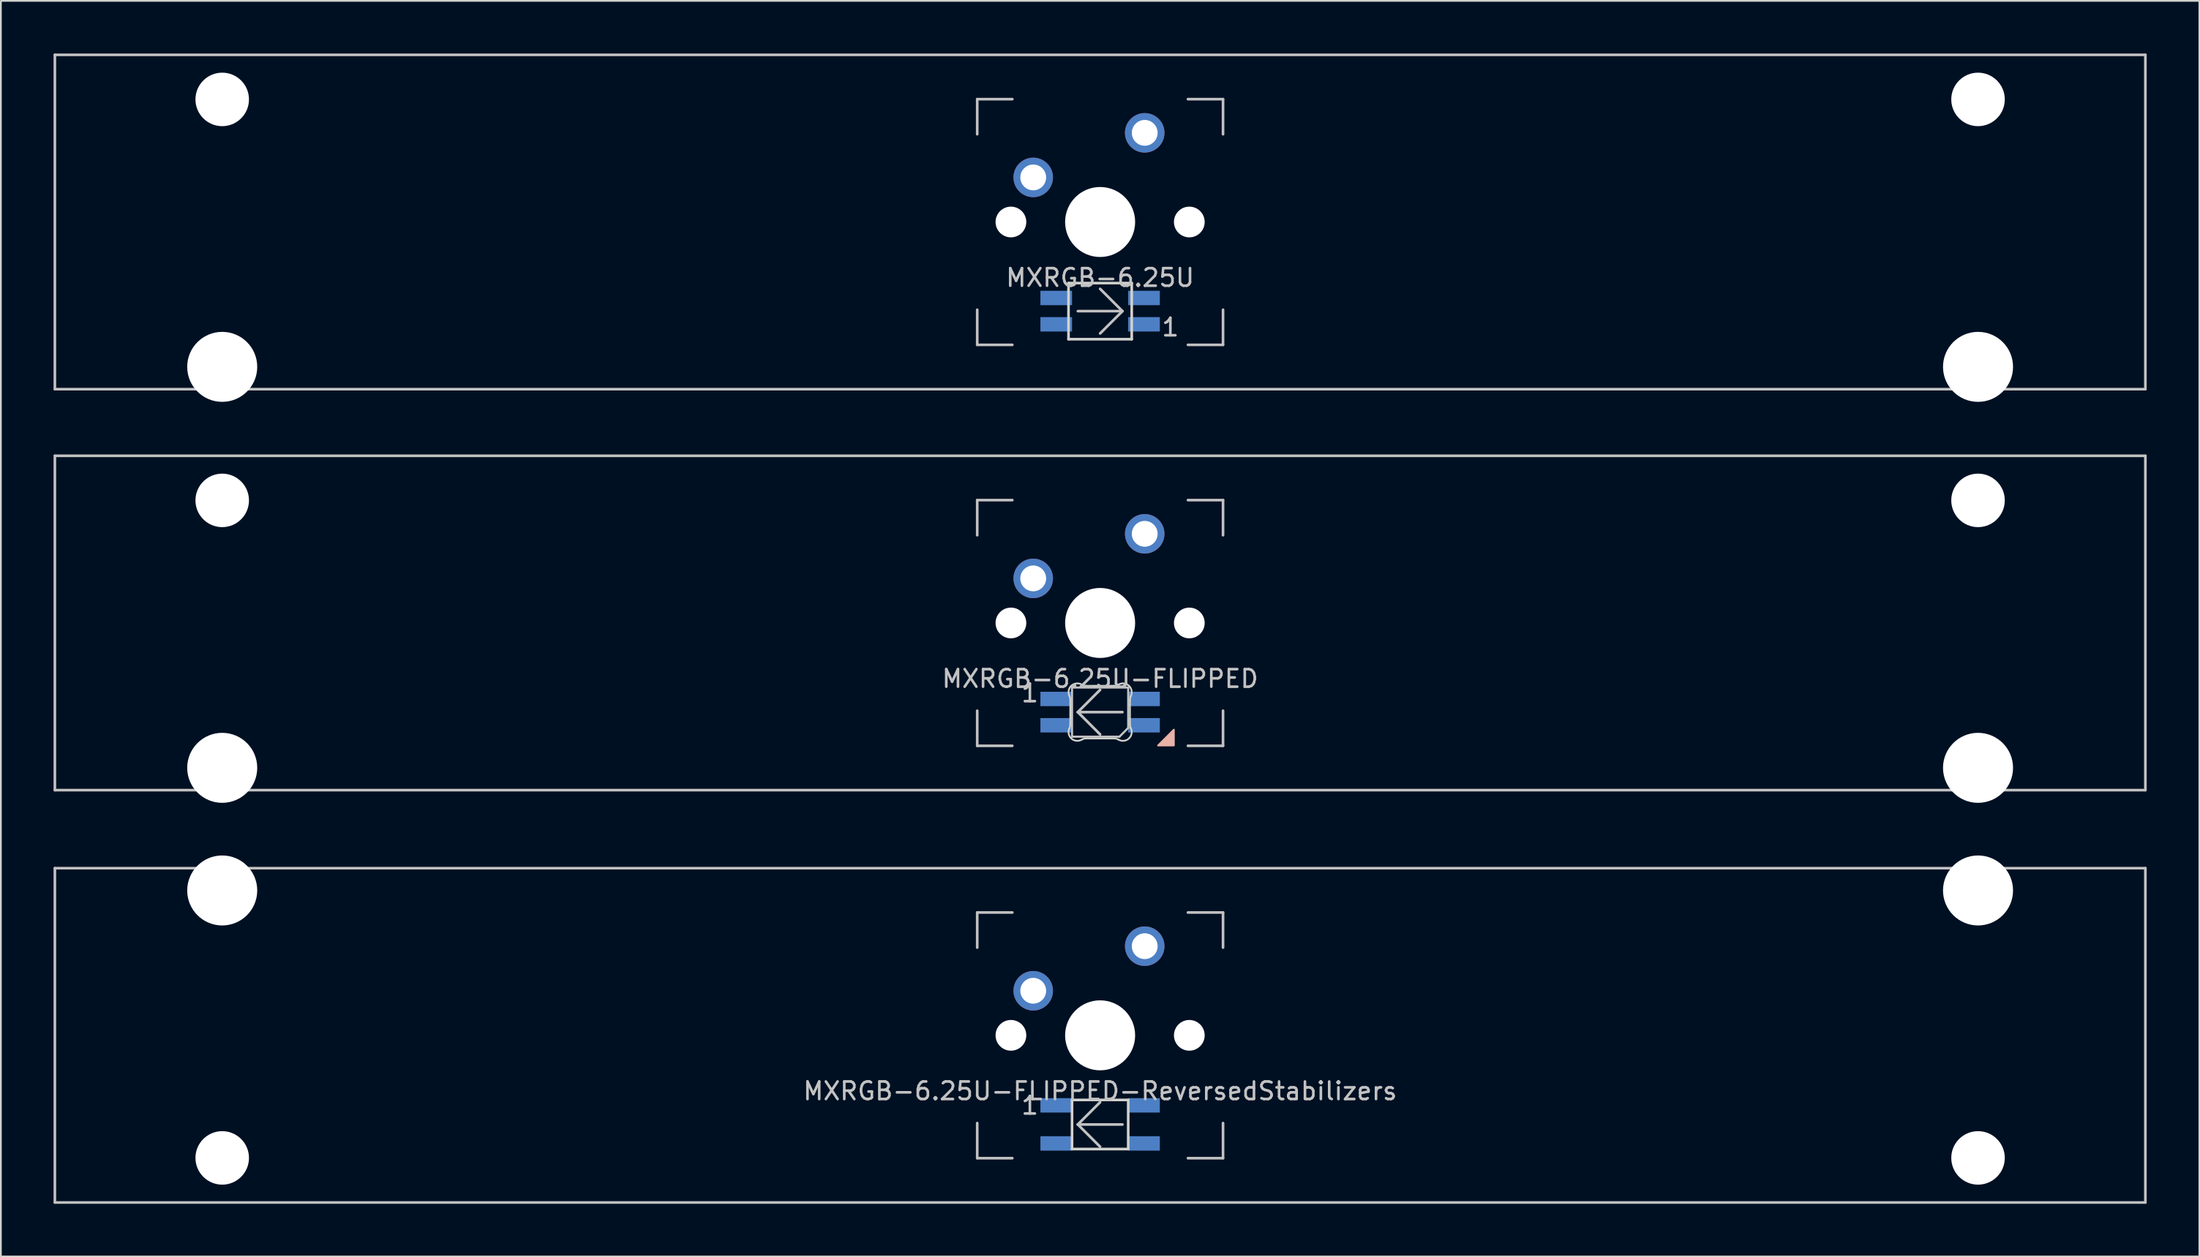
<source format=kicad_pcb>
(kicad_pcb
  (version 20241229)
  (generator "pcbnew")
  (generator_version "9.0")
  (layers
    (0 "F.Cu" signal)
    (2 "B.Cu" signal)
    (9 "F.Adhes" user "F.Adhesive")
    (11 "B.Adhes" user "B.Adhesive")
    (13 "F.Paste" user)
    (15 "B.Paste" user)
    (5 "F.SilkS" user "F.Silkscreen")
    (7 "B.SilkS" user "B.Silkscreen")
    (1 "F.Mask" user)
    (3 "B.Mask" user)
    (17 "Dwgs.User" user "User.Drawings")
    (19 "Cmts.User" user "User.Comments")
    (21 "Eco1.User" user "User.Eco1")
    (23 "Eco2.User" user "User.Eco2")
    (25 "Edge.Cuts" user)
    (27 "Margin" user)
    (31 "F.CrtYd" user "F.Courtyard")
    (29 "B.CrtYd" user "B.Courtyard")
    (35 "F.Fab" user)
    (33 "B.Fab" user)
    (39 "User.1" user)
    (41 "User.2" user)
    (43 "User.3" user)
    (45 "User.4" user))
  (footprint "MXRGB-6.25U"
    (layer "F.Cu")
    (at 59.606 9.6)
    (property "Reference" "MXRGB-6.25U" (at 0 3.175 0) (layer "Dwgs.User") (effects (font (size 1 1) (thickness 0.15))))
    (attr through_hole)
    (fp_line (start -59.531 -9.525) (end 59.531 -9.525) (stroke (width 0.15) (type solid)) (layer "Dwgs.User"))
    (fp_line (start -59.531 9.525) (end -59.531 -9.525) (stroke (width 0.15) (type solid)) (layer "Dwgs.User"))
    (fp_line (start -59.531 9.525) (end 59.531 9.525) (stroke (width 0.15) (type solid)) (layer "Dwgs.User"))
    (fp_line (start -7 -7) (end -7 -5) (stroke (width 0.15) (type solid)) (layer "Dwgs.User"))
    (fp_line (start -7 5) (end -7 7) (stroke (width 0.15) (type solid)) (layer "Dwgs.User"))
    (fp_line (start -7 7) (end -5 7) (stroke (width 0.15) (type solid)) (layer "Dwgs.User"))
    (fp_line (start -5 -7) (end -7 -7) (stroke (width 0.15) (type solid)) (layer "Dwgs.User"))
    (fp_line (start -1.27 5.08) (end 1.27 5.08) (stroke (width 0.15) (type solid)) (layer "Dwgs.User"))
    (fp_line (start 1.27 5.08) (end 0 3.81) (stroke (width 0.15) (type solid)) (layer "Dwgs.User"))
    (fp_line (start 1.27 5.08) (end 0 6.35) (stroke (width 0.15) (type solid)) (layer "Dwgs.User"))
    (fp_line (start 5 -7) (end 7 -7) (stroke (width 0.15) (type solid)) (layer "Dwgs.User"))
    (fp_line (start 5 7) (end 7 7) (stroke (width 0.15) (type solid)) (layer "Dwgs.User"))
    (fp_line (start 7 -7) (end 7 -5) (stroke (width 0.15) (type solid)) (layer "Dwgs.User"))
    (fp_line (start 7 7) (end 7 5) (stroke (width 0.15) (type solid)) (layer "Dwgs.User"))
    (fp_line (start 59.531 -9.525) (end 59.531 9.525) (stroke (width 0.15) (type solid)) (layer "Dwgs.User"))
    (fp_line (start -1.8 3.48) (end -1.8 6.68) (stroke (width 0.15) (type solid)) (layer "Edge.Cuts"))
    (fp_line (start -1.8 3.48) (end 1.8 3.48) (stroke (width 0.15) (type solid)) (layer "Edge.Cuts"))
    (fp_line (start 1.8 3.48) (end 1.8 6.68) (stroke (width 0.15) (type solid)) (layer "Edge.Cuts"))
    (fp_line (start 1.8 6.68) (end -1.8 6.68) (stroke (width 0.15) (type solid)) (layer "Edge.Cuts"))
    (fp_text user "1" (at 4 6 0) (layer "Dwgs.User") (effects (font (size 1 1) (thickness 0.15))))
    (pad "" np_thru_hole circle (at -50 -6.985) (size 3.048 3.048) (drill 3.048) (layers "*.Cu" "*.Mask"))
    (pad "" np_thru_hole circle (at -50 8.255) (size 3.988 3.988) (drill 3.988) (layers "*.Cu" "*.Mask"))
    (pad "" np_thru_hole circle (at -5.08 0 48.1) (size 1.75 1.75) (drill 1.75) (layers "*.Cu" "*.Mask"))
    (pad "" np_thru_hole circle (at 0 0) (size 3.988 3.988) (drill 3.988) (layers "*.Cu" "*.Mask"))
    (pad "" np_thru_hole circle (at 5.08 0 48.1) (size 1.75 1.75) (drill 1.75) (layers "*.Cu" "*.Mask"))
    (pad "" np_thru_hole circle (at 50 -6.985) (size 3.048 3.048) (drill 3.048) (layers "*.Cu" "*.Mask"))
    (pad "" np_thru_hole circle (at 50 8.255) (size 3.988 3.988) (drill 3.988) (layers "*.Cu" "*.Mask"))
    (pad "1" thru_hole circle (at -3.81 -2.54) (size 2.25 2.25) (drill 1.47) (layers "*.Cu" "B.Mask"))
    (pad "2" thru_hole circle (at 2.54 -5.08) (size 2.25 2.25) (drill 1.47) (layers "*.Cu" "B.Mask"))
    (pad "3" smd rect (at 2.5 5.83) (size 1.8 0.82) (layers "B.Cu" "B.Mask" "B.Paste"))
    (pad "4" smd rect (at 2.5 4.33) (size 1.8 0.82) (layers "B.Cu" "B.Mask" "B.Paste"))
    (pad "5" smd rect (at -2.5 4.33) (size 1.8 0.82) (layers "B.Cu" "B.Mask" "B.Paste"))
    (pad "6" smd rect (at -2.5 5.83) (size 1.8 0.82) (layers "B.Cu" "B.Mask" "B.Paste")))
  (footprint "MXRGB-6.25U-FLIPPED-ReversedStabilizers"
    (layer "F.Cu")
    (at 59.606 55.947)
    (property "Reference" "MXRGB-6.25U-FLIPPED-ReversedStabilizers" (at 0 3.175 0) (layer "Dwgs.User") (effects (font (size 1 1) (thickness 0.15))))
    (attr through_hole)
    (fp_line (start -59.531 -9.525) (end 59.531 -9.525) (stroke (width 0.15) (type solid)) (layer "Dwgs.User"))
    (fp_line (start -59.531 9.525) (end -59.531 -9.525) (stroke (width 0.15) (type solid)) (layer "Dwgs.User"))
    (fp_line (start -59.531 9.525) (end 59.531 9.525) (stroke (width 0.15) (type solid)) (layer "Dwgs.User"))
    (fp_line (start -7 -7) (end -7 -5) (stroke (width 0.15) (type solid)) (layer "Dwgs.User"))
    (fp_line (start -7 5) (end -7 7) (stroke (width 0.15) (type solid)) (layer "Dwgs.User"))
    (fp_line (start -7 7) (end -5 7) (stroke (width 0.15) (type solid)) (layer "Dwgs.User"))
    (fp_line (start -5 -7) (end -7 -7) (stroke (width 0.15) (type solid)) (layer "Dwgs.User"))
    (fp_line (start -1.27 5.08) (end 0 3.81) (stroke (width 0.15) (type solid)) (layer "Dwgs.User"))
    (fp_line (start -1.27 5.08) (end 0 6.35) (stroke (width 0.15) (type solid)) (layer "Dwgs.User"))
    (fp_line (start -1.27 5.08) (end 1.27 5.08) (stroke (width 0.15) (type solid)) (layer "Dwgs.User"))
    (fp_line (start 5 -7) (end 7 -7) (stroke (width 0.15) (type solid)) (layer "Dwgs.User"))
    (fp_line (start 5 7) (end 7 7) (stroke (width 0.15) (type solid)) (layer "Dwgs.User"))
    (fp_line (start 7 -7) (end 7 -5) (stroke (width 0.15) (type solid)) (layer "Dwgs.User"))
    (fp_line (start 7 7) (end 7 5) (stroke (width 0.15) (type solid)) (layer "Dwgs.User"))
    (fp_line (start 59.531 -9.525) (end 59.531 9.525) (stroke (width 0.15) (type solid)) (layer "Dwgs.User"))
    (fp_line (start -1.6 3.68) (end -1.6 6.48) (stroke (width 0.15) (type solid)) (layer "Edge.Cuts"))
    (fp_line (start -1.6 3.68) (end 1.6 3.68) (stroke (width 0.15) (type solid)) (layer "Edge.Cuts"))
    (fp_line (start 1.6 3.68) (end 1.6 6.48) (stroke (width 0.15) (type solid)) (layer "Edge.Cuts"))
    (fp_line (start 1.6 6.48) (end -1.6 6.48) (stroke (width 0.15) (type solid)) (layer "Edge.Cuts"))
    (fp_text user "1" (at -4 4 0) (layer "Dwgs.User") (effects (font (size 1 1) (thickness 0.15))))
    (pad "" np_thru_hole circle (at -50 -8.255) (size 3.988 3.988) (drill 3.988) (layers "*.Cu" "*.Mask"))
    (pad "" np_thru_hole circle (at -50 6.985) (size 3.048 3.048) (drill 3.048) (layers "*.Cu" "*.Mask"))
    (pad "" np_thru_hole circle (at -5.08 0 48.1) (size 1.75 1.75) (drill 1.75) (layers "*.Cu" "*.Mask"))
    (pad "" np_thru_hole circle (at 0 0) (size 3.988 3.988) (drill 3.988) (layers "*.Cu" "*.Mask"))
    (pad "" np_thru_hole circle (at 5.08 0 48.1) (size 1.75 1.75) (drill 1.75) (layers "*.Cu" "*.Mask"))
    (pad "" np_thru_hole circle (at 50 -8.255) (size 3.988 3.988) (drill 3.988) (layers "*.Cu" "*.Mask"))
    (pad "" np_thru_hole circle (at 50 6.985) (size 3.048 3.048) (drill 3.048) (layers "*.Cu" "*.Mask"))
    (pad "1" thru_hole circle (at -3.81 -2.54) (size 2.25 2.25) (drill 1.47) (layers "*.Cu" "B.Mask"))
    (pad "2" thru_hole circle (at 2.54 -5.08) (size 2.25 2.25) (drill 1.47) (layers "*.Cu" "B.Mask"))
    (pad "3" smd rect (at -2.5 3.99) (size 1.8 0.82) (layers "B.Cu" "B.Mask" "B.Paste"))
    (pad "4" smd rect (at -2.5 6.16) (size 1.8 0.82) (layers "B.Cu" "B.Mask" "B.Paste"))
    (pad "5" smd rect (at 2.5 6.16) (size 1.8 0.82) (layers "B.Cu" "B.Mask" "B.Paste"))
    (pad "6" smd rect (at 2.5 3.99) (size 1.8 0.82) (layers "B.Cu" "B.Mask" "B.Paste")))
  (footprint "MXRGB-6.25U-FLIPPED"
    (layer "F.Cu")
    (at 59.606 32.449)
    (property "Reference" "MXRGB-6.25U-FLIPPED" (at 0 3.175 0) (layer "Dwgs.User") (effects (font (size 1 1) (thickness 0.15))))
    (attr through_hole)
    (fp_poly (pts (xy 4.2 6.08) (xy 3.3 6.98) (xy 4.2 6.98)) (stroke (width 0.1) (type solid)) (fill yes) (layer "B.SilkS"))
    (fp_line (start -59.531 -9.525) (end 59.531 -9.525) (stroke (width 0.15) (type solid)) (layer "Dwgs.User"))
    (fp_line (start -59.531 9.525) (end -59.531 -9.525) (stroke (width 0.15) (type solid)) (layer "Dwgs.User"))
    (fp_line (start -59.531 9.525) (end 59.531 9.525) (stroke (width 0.15) (type solid)) (layer "Dwgs.User"))
    (fp_line (start -7 -7) (end -7 -5) (stroke (width 0.15) (type solid)) (layer "Dwgs.User"))
    (fp_line (start -7 5) (end -7 7) (stroke (width 0.15) (type solid)) (layer "Dwgs.User"))
    (fp_line (start -7 7) (end -5 7) (stroke (width 0.15) (type solid)) (layer "Dwgs.User"))
    (fp_line (start -5 -7) (end -7 -7) (stroke (width 0.15) (type solid)) (layer "Dwgs.User"))
    (fp_line (start -1.6 3.68) (end -1.6 6.48) (stroke (width 0.12) (type solid)) (layer "Dwgs.User"))
    (fp_line (start -1.6 6.48) (end 1.1 6.48) (stroke (width 0.12) (type solid)) (layer "Dwgs.User"))
    (fp_line (start -1.27 5.08) (end 0 3.81) (stroke (width 0.15) (type solid)) (layer "Dwgs.User"))
    (fp_line (start -1.27 5.08) (end 0 6.35) (stroke (width 0.15) (type solid)) (layer "Dwgs.User"))
    (fp_line (start -1.27 5.08) (end 1.27 5.08) (stroke (width 0.15) (type solid)) (layer "Dwgs.User"))
    (fp_line (start 1.6 3.68) (end -1.6 3.68) (stroke (width 0.12) (type solid)) (layer "Dwgs.User"))
    (fp_line (start 1.6 5.98) (end 1.1 6.48) (stroke (width 0.12) (type solid)) (layer "Dwgs.User"))
    (fp_line (start 1.6 5.98) (end 1.6 3.68) (stroke (width 0.12) (type solid)) (layer "Dwgs.User"))
    (fp_line (start 5 -7) (end 7 -7) (stroke (width 0.15) (type solid)) (layer "Dwgs.User"))
    (fp_line (start 5 7) (end 7 7) (stroke (width 0.15) (type solid)) (layer "Dwgs.User"))
    (fp_line (start 7 -7) (end 7 -5) (stroke (width 0.15) (type solid)) (layer "Dwgs.User"))
    (fp_line (start 7 7) (end 7 5) (stroke (width 0.15) (type solid)) (layer "Dwgs.User"))
    (fp_line (start 59.531 -9.525) (end 59.531 9.525) (stroke (width 0.15) (type solid)) (layer "Dwgs.User"))
    (fp_line (start -1.7 5.783) (end -1.7 4.377) (stroke (width 0.1) (type solid)) (layer "Edge.Cuts"))
    (fp_line (start -0.794 3.58) (end 0.794 3.58) (stroke (width 0.1) (type solid)) (layer "Edge.Cuts"))
    (fp_line (start 0.794 6.58) (end -0.794 6.58) (stroke (width 0.1) (type solid)) (layer "Edge.Cuts"))
    (fp_line (start 1.7 4.377) (end 1.7 5.783) (stroke (width 0.1) (type solid)) (layer "Edge.Cuts"))
    (fp_arc (start -1.749484 4.160279) (mid -1.712527 4.265931) (end -1.699999 4.377157) (stroke (width 0.1) (type solid)) (layer "Edge.Cuts"))
    (fp_arc (start -1.749484 4.160279) (mid -1.638071 3.575964) (end -1.046711 3.5117) (stroke (width 0.1) (type solid)) (layer "Edge.Cuts"))
    (fp_arc (start -1.699999 5.782842) (mid -1.712527 5.894067) (end -1.749484 5.999719) (stroke (width 0.1) (type solid)) (layer "Edge.Cuts"))
    (fp_arc (start -1.046711 6.648296) (mid -1.63807 6.584033) (end -1.749484 5.999719) (stroke (width 0.1) (type solid)) (layer "Edge.Cuts"))
    (fp_arc (start -1.04671 6.648298) (mid -0.925122 6.597376) (end -0.794452 6.579999) (stroke (width 0.1) (type solid)) (layer "Edge.Cuts"))
    (fp_arc (start -0.794453 3.579999) (mid -0.925123 3.562622) (end -1.046711 3.5117) (stroke (width 0.1) (type solid)) (layer "Edge.Cuts"))
    (fp_arc (start 0.794452 6.579999) (mid 0.925123 6.597376) (end 1.046711 6.648298) (stroke (width 0.1) (type solid)) (layer "Edge.Cuts"))
    (fp_arc (start 1.046711 3.511701) (mid 0.925123 3.562623) (end 0.794453 3.58) (stroke (width 0.1) (type solid)) (layer "Edge.Cuts"))
    (fp_arc (start 1.046711 3.511701) (mid 1.638071 3.575965) (end 1.749484 4.160279) (stroke (width 0.1) (type solid)) (layer "Edge.Cuts"))
    (fp_arc (start 1.699999 4.377156) (mid 1.712527 4.265931) (end 1.749484 4.160279) (stroke (width 0.1) (type solid)) (layer "Edge.Cuts"))
    (fp_arc (start 1.749484 5.999718) (mid 1.638072 6.584034) (end 1.046711 6.648298) (stroke (width 0.1) (type solid)) (layer "Edge.Cuts"))
    (fp_arc (start 1.749484 5.999719) (mid 1.712527 5.894067) (end 1.699999 5.782841) (stroke (width 0.1) (type solid)) (layer "Edge.Cuts"))
    (fp_text user "1" (at -4 4 0) (layer "Dwgs.User") (effects (font (size 1 1) (thickness 0.15))))
    (pad "" np_thru_hole circle (at -50 -6.985) (size 3.048 3.048) (drill 3.048) (layers "*.Cu" "*.Mask"))
    (pad "" np_thru_hole circle (at -50 8.255) (size 3.988 3.988) (drill 3.988) (layers "*.Cu" "*.Mask"))
    (pad "" np_thru_hole circle (at -5.08 0 48.1) (size 1.75 1.75) (drill 1.75) (layers "*.Cu" "*.Mask"))
    (pad "" np_thru_hole circle (at 0 0) (size 3.988 3.988) (drill 3.988) (layers "*.Cu" "*.Mask"))
    (pad "" np_thru_hole circle (at 5.08 0 48.1) (size 1.75 1.75) (drill 1.75) (layers "*.Cu" "*.Mask"))
    (pad "" np_thru_hole circle (at 50 -6.985) (size 3.048 3.048) (drill 3.048) (layers "*.Cu" "*.Mask"))
    (pad "" np_thru_hole circle (at 50 8.255) (size 3.988 3.988) (drill 3.988) (layers "*.Cu" "*.Mask"))
    (pad "1" thru_hole circle (at -3.81 -2.54) (size 2.25 2.25) (drill 1.47) (layers "*.Cu" "B.Mask"))
    (pad "2" thru_hole circle (at 2.54 -5.08) (size 2.25 2.25) (drill 1.47) (layers "*.Cu" "B.Mask"))
    (pad "3" smd rect (at -2.5 4.33) (size 1.8 0.82) (layers "B.Cu" "B.Mask" "B.Paste"))
    (pad "4" smd rect (at -2.5 5.83) (size 1.8 0.82) (layers "B.Cu" "B.Mask" "B.Paste"))
    (pad "5" smd rect (at 2.5 5.83) (size 1.8 0.82) (layers "B.Cu" "B.Mask" "B.Paste"))
    (pad "6" smd rect (at 2.5 4.33) (size 1.8 0.82) (layers "B.Cu" "B.Mask" "B.Paste")))
  (gr_rect
    (start -3 -3)
    (end 122.213 68.547)
    (stroke (width 0.1) (type default))
    (fill no)
    (layer "Edge.Cuts")))
</source>
